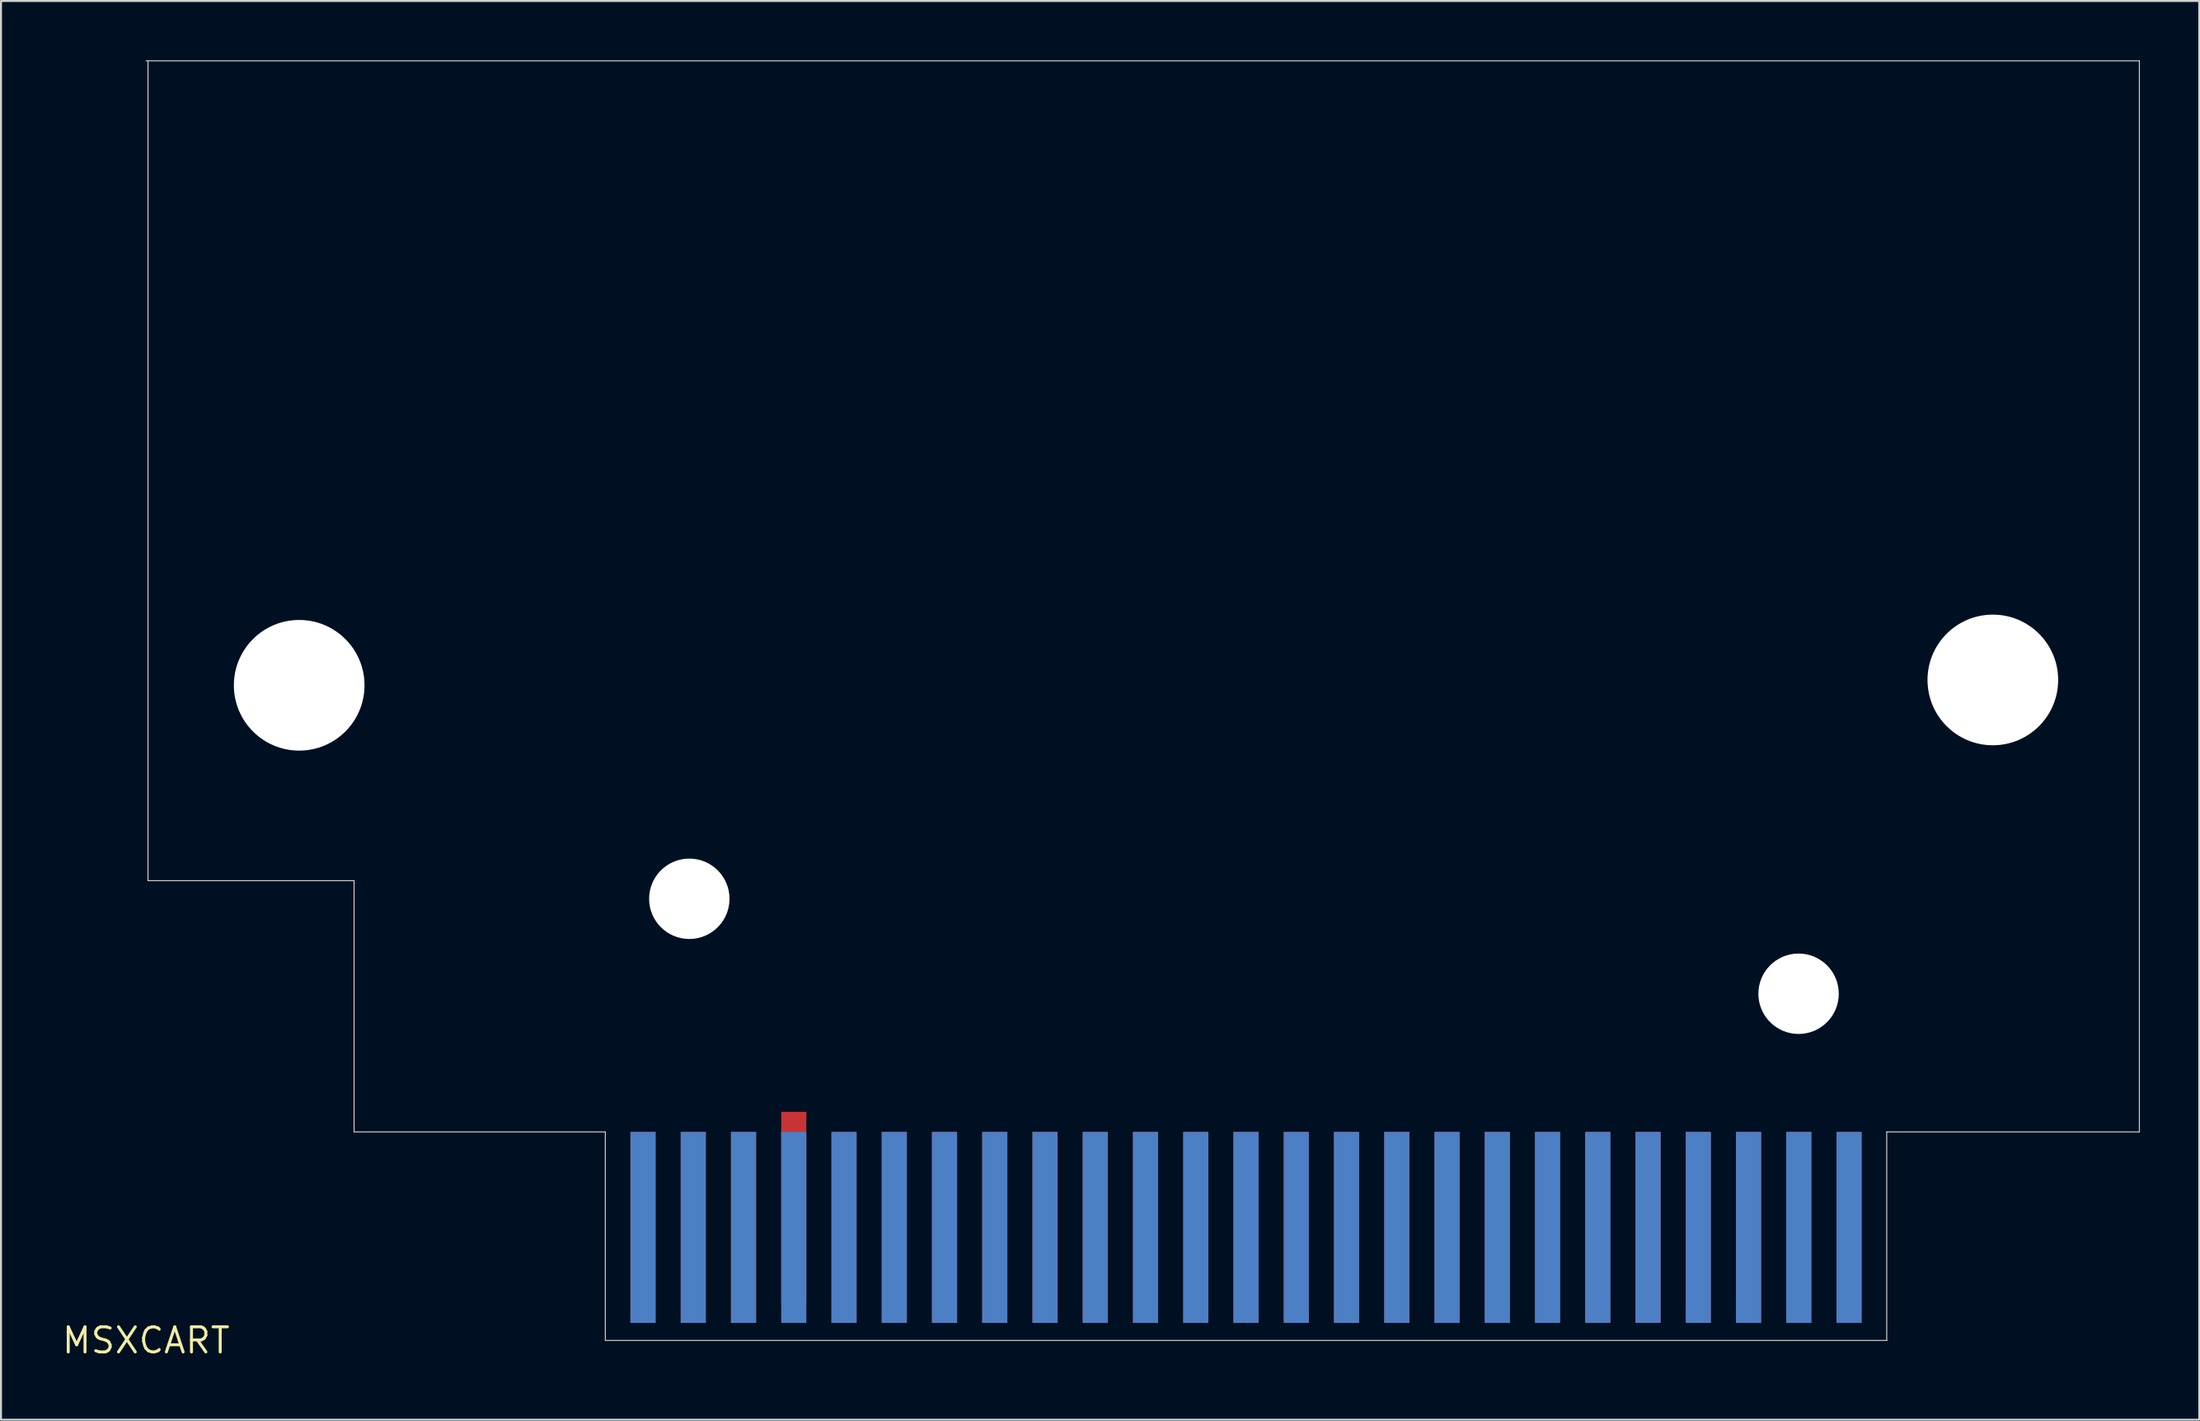
<source format=kicad_pcb>
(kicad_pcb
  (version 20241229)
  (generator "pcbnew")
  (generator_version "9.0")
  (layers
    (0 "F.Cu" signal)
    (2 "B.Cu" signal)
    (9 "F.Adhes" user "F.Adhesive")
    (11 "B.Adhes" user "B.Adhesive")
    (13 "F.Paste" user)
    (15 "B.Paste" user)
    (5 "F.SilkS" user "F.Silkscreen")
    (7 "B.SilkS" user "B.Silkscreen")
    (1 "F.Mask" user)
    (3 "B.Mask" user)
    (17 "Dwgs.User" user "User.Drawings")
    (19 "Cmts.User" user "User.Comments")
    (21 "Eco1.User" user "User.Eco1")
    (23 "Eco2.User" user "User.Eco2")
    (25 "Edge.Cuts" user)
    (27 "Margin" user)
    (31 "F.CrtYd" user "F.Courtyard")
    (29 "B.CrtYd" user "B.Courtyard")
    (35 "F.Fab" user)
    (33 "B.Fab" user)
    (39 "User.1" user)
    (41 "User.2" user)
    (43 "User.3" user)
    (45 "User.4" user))
  (footprint "MSXCART"
    (layer "F.Cu")
    (at 4.331 64.708)
    (property "Reference" "MSXCART" (at 0 0 0) (layer "F.SilkS") (effects (font (size 1.27 1.27) (thickness 0.15))))
    (fp_line (start 0 -64.683) (end 100.756 -64.683) (stroke (width 0.05) (type solid)) (layer "Edge.Cuts"))
    (fp_line (start 0.1 -23.241) (end 0.1 -64.683) (stroke (width 0.05) (type solid)) (layer "Edge.Cuts"))
    (fp_line (start 10.516 -23.241) (end 0.1 -23.241) (stroke (width 0.05) (type solid)) (layer "Edge.Cuts"))
    (fp_line (start 10.516 -23.241) (end 10.516 -10.541) (stroke (width 0.05) (type solid)) (layer "Edge.Cuts"))
    (fp_line (start 10.516 -10.541) (end 23.216 -10.541) (stroke (width 0.05) (type solid)) (layer "Edge.Cuts"))
    (fp_line (start 23.216 -10.541) (end 23.216 0) (stroke (width 0.05) (type solid)) (layer "Edge.Cuts"))
    (fp_line (start 23.216 0) (end 87.986 0) (stroke (width 0.05) (type solid)) (layer "Edge.Cuts"))
    (fp_line (start 87.986 0) (end 87.986 -10.541) (stroke (width 0.05) (type solid)) (layer "Edge.Cuts"))
    (fp_line (start 100.756 -10.541) (end 87.986 -10.541) (stroke (width 0.05) (type solid)) (layer "Edge.Cuts"))
    (fp_line (start 100.756 -10.541) (end 100.756 -64.683) (stroke (width 0.05) (type solid)) (layer "Edge.Cuts"))
    (pad "" np_thru_hole circle (at 7.742 -33.118) (size 6.604 6.604) (drill 6.604) (layers "*.Cu" "*.Mask"))
    (pad "" np_thru_hole circle (at 27.461 -22.326) (size 4.064 4.064) (drill 4.064) (layers "*.Cu" "*.Mask"))
    (pad "" np_thru_hole circle (at 83.53 -17.526) (size 4.064 4.064) (drill 4.064) (layers "*.Cu" "*.Mask"))
    (pad "" np_thru_hole circle (at 93.349 -33.388) (size 6.604 6.604) (drill 6.604) (layers "*.Cu" "*.Mask"))
    (pad "1" smd rect (at 86.081 -5.715) (size 1.27 9.652) (layers "B.Cu" "B.Mask"))
    (pad "2" smd rect (at 86.081 -5.715) (size 1.27 9.652) (layers "F.Cu" "F.Mask"))
    (pad "3" smd rect (at 83.541 -5.715) (size 1.27 9.652) (layers "B.Cu" "B.Mask"))
    (pad "4" smd rect (at 83.541 -5.715) (size 1.27 9.652) (layers "F.Cu" "F.Mask"))
    (pad "5" smd rect (at 81.001 -5.715) (size 1.27 9.652) (layers "B.Cu" "B.Mask"))
    (pad "6" smd rect (at 81.001 -5.715) (size 1.27 9.652) (layers "F.Cu" "F.Mask"))
    (pad "7" smd rect (at 78.461 -5.715) (size 1.27 9.652) (layers "B.Cu" "B.Mask"))
    (pad "8" smd rect (at 78.461 -5.715) (size 1.27 9.652) (layers "F.Cu" "F.Mask"))
    (pad "9" smd rect (at 75.921 -5.715) (size 1.27 9.652) (layers "B.Cu" "B.Mask"))
    (pad "10" smd rect (at 75.921 -5.715) (size 1.27 9.652) (layers "F.Cu" "F.Mask"))
    (pad "11" smd rect (at 73.381 -5.715) (size 1.27 9.652) (layers "B.Cu" "B.Mask"))
    (pad "12" smd rect (at 73.381 -5.715) (size 1.27 9.652) (layers "F.Cu" "F.Mask"))
    (pad "13" smd rect (at 70.841 -5.715) (size 1.27 9.652) (layers "B.Cu" "B.Mask"))
    (pad "14" smd rect (at 70.841 -5.715) (size 1.27 9.652) (layers "F.Cu" "F.Mask"))
    (pad "15" smd rect (at 68.301 -5.715) (size 1.27 9.652) (layers "B.Cu" "B.Mask"))
    (pad "16" smd rect (at 68.301 -5.715) (size 1.27 9.652) (layers "F.Cu" "F.Mask"))
    (pad "17" smd rect (at 65.761 -5.715) (size 1.27 9.652) (layers "B.Cu" "B.Mask"))
    (pad "18" smd rect (at 65.761 -5.715) (size 1.27 9.652) (layers "F.Cu" "F.Mask"))
    (pad "19" smd rect (at 63.221 -5.715) (size 1.27 9.652) (layers "B.Cu" "B.Mask"))
    (pad "20" smd rect (at 63.221 -5.715) (size 1.27 9.652) (layers "F.Cu" "F.Mask"))
    (pad "21" smd rect (at 60.681 -5.715) (size 1.27 9.652) (layers "B.Cu" "B.Mask"))
    (pad "22" smd rect (at 60.681 -5.715) (size 1.27 9.652) (layers "F.Cu" "F.Mask"))
    (pad "23" smd rect (at 58.141 -5.715) (size 1.27 9.652) (layers "B.Cu" "B.Mask"))
    (pad "24" smd rect (at 58.141 -5.715) (size 1.27 9.652) (layers "F.Cu" "F.Mask"))
    (pad "25" smd rect (at 55.601 -5.715) (size 1.27 9.652) (layers "B.Cu" "B.Mask"))
    (pad "26" smd rect (at 55.601 -5.715) (size 1.27 9.652) (layers "F.Cu" "F.Mask"))
    (pad "27" smd rect (at 53.061 -5.715) (size 1.27 9.652) (layers "B.Cu" "B.Mask"))
    (pad "28" smd rect (at 53.061 -5.715) (size 1.27 9.652) (layers "F.Cu" "F.Mask"))
    (pad "29" smd rect (at 50.521 -5.715) (size 1.27 9.652) (layers "B.Cu" "B.Mask"))
    (pad "30" smd rect (at 50.521 -5.715) (size 1.27 9.652) (layers "F.Cu" "F.Mask"))
    (pad "31" smd rect (at 47.981 -5.715) (size 1.27 9.652) (layers "B.Cu" "B.Mask"))
    (pad "32" smd rect (at 47.981 -5.715) (size 1.27 9.652) (layers "F.Cu" "F.Mask"))
    (pad "33" smd rect (at 45.441 -5.715) (size 1.27 9.652) (layers "B.Cu" "B.Mask"))
    (pad "34" smd rect (at 45.441 -5.715) (size 1.27 9.652) (layers "F.Cu" "F.Mask"))
    (pad "35" smd rect (at 42.901 -5.715) (size 1.27 9.652) (layers "B.Cu" "B.Mask"))
    (pad "36" smd rect (at 42.901 -5.715) (size 1.27 9.652) (layers "F.Cu" "F.Mask"))
    (pad "37" smd rect (at 40.361 -5.715) (size 1.27 9.652) (layers "B.Cu" "B.Mask"))
    (pad "38" smd rect (at 40.361 -5.715) (size 1.27 9.652) (layers "F.Cu" "F.Mask"))
    (pad "39" smd rect (at 37.821 -5.715) (size 1.27 9.652) (layers "B.Cu" "B.Mask"))
    (pad "40" smd rect (at 37.821 -5.715) (size 1.27 9.652) (layers "F.Cu" "F.Mask"))
    (pad "41" smd rect (at 35.281 -5.715) (size 1.27 9.652) (layers "B.Cu" "B.Mask"))
    (pad "42" smd rect (at 35.281 -5.715) (size 1.27 9.652) (layers "F.Cu" "F.Mask"))
    (pad "43" smd rect (at 32.741 -5.715) (size 1.27 9.652) (layers "B.Cu" "B.Mask"))
    (pad "44" smd rect (at 32.741 -6.731) (size 1.27 9.652) (layers "F.Cu" "F.Mask"))
    (pad "45" smd rect (at 30.201 -5.715) (size 1.27 9.652) (layers "B.Cu" "B.Mask"))
    (pad "46" smd rect (at 30.201 -5.715) (size 1.27 9.652) (layers "F.Cu" "F.Mask"))
    (pad "47" smd rect (at 27.661 -5.715) (size 1.27 9.652) (layers "B.Cu" "B.Mask"))
    (pad "48" smd rect (at 27.661 -5.715) (size 1.27 9.652) (layers "F.Cu" "F.Mask"))
    (pad "49" smd rect (at 25.121 -5.715) (size 1.27 9.652) (layers "B.Cu" "B.Mask"))
    (pad "50" smd rect (at 25.121 -5.715) (size 1.27 9.652) (layers "F.Cu" "F.Mask"))
    (zone (net_name "") (layer "F.Cu") (hatch edge 0.508) (connect_pads) (min_thickness 0.254) (filled_areas_thickness no) (keepout (tracks not_allowed) (vias not_allowed) (pads not_allowed) (copperpour not_allowed) (footprints allowed)) (placement (enabled no)) (fill) (polygon (pts (xy 27.547 64.327) (xy 28.817 64.327) (xy 28.817 54.167) (xy 27.547 54.167))))
    (zone (net_name "") (layer "F.Cu") (hatch edge 0.508) (connect_pads) (min_thickness 0.254) (filled_areas_thickness no) (keepout (tracks not_allowed) (vias not_allowed) (pads not_allowed) (copperpour not_allowed) (footprints allowed)) (placement (enabled no)) (fill) (polygon (pts (xy 30.087 64.327) (xy 31.357 64.327) (xy 31.357 54.167) (xy 30.087 54.167))))
    (zone (net_name "") (layer "F.Cu") (hatch edge 0.508) (connect_pads) (min_thickness 0.254) (filled_areas_thickness no) (keepout (tracks not_allowed) (vias not_allowed) (pads not_allowed) (copperpour not_allowed) (footprints allowed)) (placement (enabled no)) (fill) (polygon (pts (xy 32.627 64.327) (xy 33.897 64.327) (xy 33.897 54.167) (xy 32.627 54.167))))
    (zone (net_name "") (layer "F.Cu") (hatch edge 0.508) (connect_pads) (min_thickness 0.254) (filled_areas_thickness no) (keepout (tracks not_allowed) (vias not_allowed) (pads not_allowed) (copperpour not_allowed) (footprints allowed)) (placement (enabled no)) (fill) (polygon (pts (xy 35.167 64.327) (xy 36.437 64.327) (xy 36.437 54.167) (xy 35.167 54.167))))
    (zone (net_name "") (layer "F.Cu") (hatch edge 0.508) (connect_pads) (min_thickness 0.254) (filled_areas_thickness no) (keepout (tracks not_allowed) (vias not_allowed) (pads not_allowed) (copperpour not_allowed) (footprints allowed)) (placement (enabled no)) (fill) (polygon (pts (xy 37.707 64.327) (xy 38.977 64.327) (xy 38.977 54.167) (xy 37.707 54.167))))
    (zone (net_name "") (layer "F.Cu") (hatch edge 0.508) (connect_pads) (min_thickness 0.254) (filled_areas_thickness no) (keepout (tracks not_allowed) (vias not_allowed) (pads not_allowed) (copperpour not_allowed) (footprints allowed)) (placement (enabled no)) (fill) (polygon (pts (xy 40.247 64.327) (xy 41.517 64.327) (xy 41.517 54.167) (xy 40.247 54.167))))
    (zone (net_name "") (layer "F.Cu") (hatch edge 0.508) (connect_pads) (min_thickness 0.254) (filled_areas_thickness no) (keepout (tracks not_allowed) (vias not_allowed) (pads not_allowed) (copperpour not_allowed) (footprints allowed)) (placement (enabled no)) (fill) (polygon (pts (xy 42.787 64.327) (xy 44.057 64.327) (xy 44.057 54.167) (xy 42.787 54.167))))
    (zone (net_name "") (layer "F.Cu") (hatch edge 0.508) (connect_pads) (min_thickness 0.254) (filled_areas_thickness no) (keepout (tracks not_allowed) (vias not_allowed) (pads not_allowed) (copperpour not_allowed) (footprints allowed)) (placement (enabled no)) (fill) (polygon (pts (xy 45.327 64.327) (xy 46.597 64.327) (xy 46.597 54.167) (xy 45.327 54.167))))
    (zone (net_name "") (layer "F.Cu") (hatch edge 0.508) (connect_pads) (min_thickness 0.254) (filled_areas_thickness no) (keepout (tracks not_allowed) (vias not_allowed) (pads not_allowed) (copperpour not_allowed) (footprints allowed)) (placement (enabled no)) (fill) (polygon (pts (xy 47.867 64.327) (xy 49.137 64.327) (xy 49.137 54.167) (xy 47.867 54.167))))
    (zone (net_name "") (layer "F.Cu") (hatch edge 0.508) (connect_pads) (min_thickness 0.254) (filled_areas_thickness no) (keepout (tracks not_allowed) (vias not_allowed) (pads not_allowed) (copperpour not_allowed) (footprints allowed)) (placement (enabled no)) (fill) (polygon (pts (xy 50.407 64.327) (xy 51.677 64.327) (xy 51.677 54.167) (xy 50.407 54.167))))
    (zone (net_name "") (layer "F.Cu") (hatch edge 0.508) (connect_pads) (min_thickness 0.254) (filled_areas_thickness no) (keepout (tracks not_allowed) (vias not_allowed) (pads not_allowed) (copperpour not_allowed) (footprints allowed)) (placement (enabled no)) (fill) (polygon (pts (xy 52.947 64.327) (xy 54.217 64.327) (xy 54.217 54.167) (xy 52.947 54.167))))
    (zone (net_name "") (layer "F.Cu") (hatch edge 0.508) (connect_pads) (min_thickness 0.254) (filled_areas_thickness no) (keepout (tracks not_allowed) (vias not_allowed) (pads not_allowed) (copperpour not_allowed) (footprints allowed)) (placement (enabled no)) (fill) (polygon (pts (xy 55.487 64.327) (xy 56.757 64.327) (xy 56.757 54.167) (xy 55.487 54.167))))
    (zone (net_name "") (layer "F.Cu") (hatch edge 0.508) (connect_pads) (min_thickness 0.254) (filled_areas_thickness no) (keepout (tracks not_allowed) (vias not_allowed) (pads not_allowed) (copperpour not_allowed) (footprints allowed)) (placement (enabled no)) (fill) (polygon (pts (xy 58.027 64.327) (xy 59.297 64.327) (xy 59.297 54.167) (xy 58.027 54.167))))
    (zone (net_name "") (layer "F.Cu") (hatch edge 0.508) (connect_pads) (min_thickness 0.254) (filled_areas_thickness no) (keepout (tracks not_allowed) (vias not_allowed) (pads not_allowed) (copperpour not_allowed) (footprints allowed)) (placement (enabled no)) (fill) (polygon (pts (xy 60.567 64.327) (xy 61.837 64.327) (xy 61.837 54.167) (xy 60.567 54.167))))
    (zone (net_name "") (layer "F.Cu") (hatch edge 0.508) (connect_pads) (min_thickness 0.254) (filled_areas_thickness no) (keepout (tracks not_allowed) (vias not_allowed) (pads not_allowed) (copperpour not_allowed) (footprints allowed)) (placement (enabled no)) (fill) (polygon (pts (xy 63.107 64.327) (xy 64.377 64.327) (xy 64.377 54.167) (xy 63.107 54.167))))
    (zone (net_name "") (layer "F.Cu") (hatch edge 0.508) (connect_pads) (min_thickness 0.254) (filled_areas_thickness no) (keepout (tracks not_allowed) (vias not_allowed) (pads not_allowed) (copperpour not_allowed) (footprints allowed)) (placement (enabled no)) (fill) (polygon (pts (xy 65.647 64.327) (xy 66.917 64.327) (xy 66.917 54.167) (xy 65.647 54.167))))
    (zone (net_name "") (layer "F.Cu") (hatch edge 0.508) (connect_pads) (min_thickness 0.254) (filled_areas_thickness no) (keepout (tracks not_allowed) (vias not_allowed) (pads not_allowed) (copperpour not_allowed) (footprints allowed)) (placement (enabled no)) (fill) (polygon (pts (xy 68.187 64.327) (xy 69.457 64.327) (xy 69.457 54.167) (xy 68.187 54.167))))
    (zone (net_name "") (layer "F.Cu") (hatch edge 0.508) (connect_pads) (min_thickness 0.254) (filled_areas_thickness no) (keepout (tracks not_allowed) (vias not_allowed) (pads not_allowed) (copperpour not_allowed) (footprints allowed)) (placement (enabled no)) (fill) (polygon (pts (xy 70.727 64.327) (xy 71.997 64.327) (xy 71.997 54.167) (xy 70.727 54.167))))
    (zone (net_name "") (layer "F.Cu") (hatch edge 0.508) (connect_pads) (min_thickness 0.254) (filled_areas_thickness no) (keepout (tracks not_allowed) (vias not_allowed) (pads not_allowed) (copperpour not_allowed) (footprints allowed)) (placement (enabled no)) (fill) (polygon (pts (xy 73.267 64.327) (xy 74.537 64.327) (xy 74.537 54.167) (xy 73.267 54.167))))
    (zone (net_name "") (layer "F.Cu") (hatch edge 0.508) (connect_pads) (min_thickness 0.254) (filled_areas_thickness no) (keepout (tracks not_allowed) (vias not_allowed) (pads not_allowed) (copperpour not_allowed) (footprints allowed)) (placement (enabled no)) (fill) (polygon (pts (xy 75.807 64.327) (xy 77.077 64.327) (xy 77.077 54.167) (xy 75.807 54.167))))
    (zone (net_name "") (layer "F.Cu") (hatch edge 0.508) (connect_pads) (min_thickness 0.254) (filled_areas_thickness no) (keepout (tracks not_allowed) (vias not_allowed) (pads not_allowed) (copperpour not_allowed) (footprints allowed)) (placement (enabled no)) (fill) (polygon (pts (xy 78.347 64.327) (xy 79.617 64.327) (xy 79.617 54.167) (xy 78.347 54.167))))
    (zone (net_name "") (layer "F.Cu") (hatch edge 0.508) (connect_pads) (min_thickness 0.254) (filled_areas_thickness no) (keepout (tracks not_allowed) (vias not_allowed) (pads not_allowed) (copperpour not_allowed) (footprints allowed)) (placement (enabled no)) (fill) (polygon (pts (xy 80.887 64.327) (xy 82.157 64.327) (xy 82.157 54.167) (xy 80.887 54.167))))
    (zone (net_name "") (layer "F.Cu") (hatch edge 0.508) (connect_pads) (min_thickness 0.254) (filled_areas_thickness no) (keepout (tracks not_allowed) (vias not_allowed) (pads not_allowed) (copperpour not_allowed) (footprints allowed)) (placement (enabled no)) (fill) (polygon (pts (xy 83.427 64.327) (xy 84.697 64.327) (xy 84.697 54.167) (xy 83.427 54.167))))
    (zone (net_name "") (layer "F.Cu") (hatch edge 0.508) (connect_pads) (min_thickness 0.254) (filled_areas_thickness no) (keepout (tracks not_allowed) (vias not_allowed) (pads not_allowed) (copperpour not_allowed) (footprints allowed)) (placement (enabled no)) (fill) (polygon (pts (xy 85.967 64.327) (xy 87.237 64.327) (xy 87.237 54.167) (xy 85.967 54.167))))
    (zone (net_name "") (layer "F.Cu") (hatch edge 0.508) (connect_pads) (min_thickness 0.254) (filled_areas_thickness no) (keepout (tracks not_allowed) (vias not_allowed) (pads not_allowed) (copperpour not_allowed) (footprints allowed)) (placement (enabled no)) (fill) (polygon (pts (xy 88.507 64.327) (xy 89.777 64.327) (xy 89.777 54.167) (xy 88.507 54.167))))
    (zone (net_name "") (layer "F.Cu") (hatch edge 0.508) (connect_pads) (min_thickness 0.254) (filled_areas_thickness no) (keepout (tracks not_allowed) (vias not_allowed) (pads not_allowed) (copperpour not_allowed) (footprints allowed)) (placement (enabled no)) (fill) (polygon (pts (xy 91.047 64.327) (xy 92.317 64.327) (xy 92.317 54.167) (xy 91.047 54.167))))
    (zone (net_name "") (layer "B.Cu") (hatch edge 0.508) (connect_pads) (min_thickness 0.254) (filled_areas_thickness no) (keepout (tracks not_allowed) (vias not_allowed) (pads not_allowed) (copperpour not_allowed) (footprints allowed)) (placement (enabled no)) (fill) (polygon (pts (xy 27.547 64.327) (xy 28.817 64.327) (xy 28.817 54.167) (xy 27.547 54.167))))
    (zone (net_name "") (layer "B.Cu") (hatch edge 0.508) (connect_pads) (min_thickness 0.254) (filled_areas_thickness no) (keepout (tracks not_allowed) (vias not_allowed) (pads not_allowed) (copperpour not_allowed) (footprints allowed)) (placement (enabled no)) (fill) (polygon (pts (xy 30.087 64.327) (xy 31.357 64.327) (xy 31.357 54.167) (xy 30.087 54.167))))
    (zone (net_name "") (layer "B.Cu") (hatch edge 0.508) (connect_pads) (min_thickness 0.254) (filled_areas_thickness no) (keepout (tracks not_allowed) (vias not_allowed) (pads not_allowed) (copperpour not_allowed) (footprints allowed)) (placement (enabled no)) (fill) (polygon (pts (xy 32.627 64.327) (xy 33.897 64.327) (xy 33.897 54.167) (xy 32.627 54.167))))
    (zone (net_name "") (layer "B.Cu") (hatch edge 0.508) (connect_pads) (min_thickness 0.254) (filled_areas_thickness no) (keepout (tracks not_allowed) (vias not_allowed) (pads not_allowed) (copperpour not_allowed) (footprints allowed)) (placement (enabled no)) (fill) (polygon (pts (xy 35.167 64.327) (xy 36.437 64.327) (xy 36.437 54.167) (xy 35.167 54.167))))
    (zone (net_name "") (layer "B.Cu") (hatch edge 0.508) (connect_pads) (min_thickness 0.254) (filled_areas_thickness no) (keepout (tracks not_allowed) (vias not_allowed) (pads not_allowed) (copperpour not_allowed) (footprints allowed)) (placement (enabled no)) (fill) (polygon (pts (xy 37.707 64.327) (xy 38.977 64.327) (xy 38.977 54.167) (xy 37.707 54.167))))
    (zone (net_name "") (layer "B.Cu") (hatch edge 0.508) (connect_pads) (min_thickness 0.254) (filled_areas_thickness no) (keepout (tracks not_allowed) (vias not_allowed) (pads not_allowed) (copperpour not_allowed) (footprints allowed)) (placement (enabled no)) (fill) (polygon (pts (xy 40.247 64.327) (xy 41.517 64.327) (xy 41.517 54.167) (xy 40.247 54.167))))
    (zone (net_name "") (layer "B.Cu") (hatch edge 0.508) (connect_pads) (min_thickness 0.254) (filled_areas_thickness no) (keepout (tracks not_allowed) (vias not_allowed) (pads not_allowed) (copperpour not_allowed) (footprints allowed)) (placement (enabled no)) (fill) (polygon (pts (xy 42.787 64.327) (xy 44.057 64.327) (xy 44.057 54.167) (xy 42.787 54.167))))
    (zone (net_name "") (layer "B.Cu") (hatch edge 0.508) (connect_pads) (min_thickness 0.254) (filled_areas_thickness no) (keepout (tracks not_allowed) (vias not_allowed) (pads not_allowed) (copperpour not_allowed) (footprints allowed)) (placement (enabled no)) (fill) (polygon (pts (xy 45.327 64.327) (xy 46.597 64.327) (xy 46.597 54.167) (xy 45.327 54.167))))
    (zone (net_name "") (layer "B.Cu") (hatch edge 0.508) (connect_pads) (min_thickness 0.254) (filled_areas_thickness no) (keepout (tracks not_allowed) (vias not_allowed) (pads not_allowed) (copperpour not_allowed) (footprints allowed)) (placement (enabled no)) (fill) (polygon (pts (xy 47.867 64.327) (xy 49.137 64.327) (xy 49.137 54.167) (xy 47.867 54.167))))
    (zone (net_name "") (layer "B.Cu") (hatch edge 0.508) (connect_pads) (min_thickness 0.254) (filled_areas_thickness no) (keepout (tracks not_allowed) (vias not_allowed) (pads not_allowed) (copperpour not_allowed) (footprints allowed)) (placement (enabled no)) (fill) (polygon (pts (xy 50.407 64.327) (xy 51.677 64.327) (xy 51.677 54.167) (xy 50.407 54.167))))
    (zone (net_name "") (layer "B.Cu") (hatch edge 0.508) (connect_pads) (min_thickness 0.254) (filled_areas_thickness no) (keepout (tracks not_allowed) (vias not_allowed) (pads not_allowed) (copperpour not_allowed) (footprints allowed)) (placement (enabled no)) (fill) (polygon (pts (xy 52.947 64.327) (xy 54.217 64.327) (xy 54.217 54.167) (xy 52.947 54.167))))
    (zone (net_name "") (layer "B.Cu") (hatch edge 0.508) (connect_pads) (min_thickness 0.254) (filled_areas_thickness no) (keepout (tracks not_allowed) (vias not_allowed) (pads not_allowed) (copperpour not_allowed) (footprints allowed)) (placement (enabled no)) (fill) (polygon (pts (xy 55.487 64.327) (xy 56.757 64.327) (xy 56.757 54.167) (xy 55.487 54.167))))
    (zone (net_name "") (layer "B.Cu") (hatch edge 0.508) (connect_pads) (min_thickness 0.254) (filled_areas_thickness no) (keepout (tracks not_allowed) (vias not_allowed) (pads not_allowed) (copperpour not_allowed) (footprints allowed)) (placement (enabled no)) (fill) (polygon (pts (xy 58.027 64.327) (xy 59.297 64.327) (xy 59.297 54.167) (xy 58.027 54.167))))
    (zone (net_name "") (layer "B.Cu") (hatch edge 0.508) (connect_pads) (min_thickness 0.254) (filled_areas_thickness no) (keepout (tracks not_allowed) (vias not_allowed) (pads not_allowed) (copperpour not_allowed) (footprints allowed)) (placement (enabled no)) (fill) (polygon (pts (xy 60.567 64.327) (xy 61.837 64.327) (xy 61.837 54.167) (xy 60.567 54.167))))
    (zone (net_name "") (layer "B.Cu") (hatch edge 0.508) (connect_pads) (min_thickness 0.254) (filled_areas_thickness no) (keepout (tracks not_allowed) (vias not_allowed) (pads not_allowed) (copperpour not_allowed) (footprints allowed)) (placement (enabled no)) (fill) (polygon (pts (xy 63.107 64.327) (xy 64.377 64.327) (xy 64.377 54.167) (xy 63.107 54.167))))
    (zone (net_name "") (layer "B.Cu") (hatch edge 0.508) (connect_pads) (min_thickness 0.254) (filled_areas_thickness no) (keepout (tracks not_allowed) (vias not_allowed) (pads not_allowed) (copperpour not_allowed) (footprints allowed)) (placement (enabled no)) (fill) (polygon (pts (xy 65.647 64.327) (xy 66.917 64.327) (xy 66.917 54.167) (xy 65.647 54.167))))
    (zone (net_name "") (layer "B.Cu") (hatch edge 0.508) (connect_pads) (min_thickness 0.254) (filled_areas_thickness no) (keepout (tracks not_allowed) (vias not_allowed) (pads not_allowed) (copperpour not_allowed) (footprints allowed)) (placement (enabled no)) (fill) (polygon (pts (xy 68.187 64.327) (xy 69.457 64.327) (xy 69.457 54.167) (xy 68.187 54.167))))
    (zone (net_name "") (layer "B.Cu") (hatch edge 0.508) (connect_pads) (min_thickness 0.254) (filled_areas_thickness no) (keepout (tracks not_allowed) (vias not_allowed) (pads not_allowed) (copperpour not_allowed) (footprints allowed)) (placement (enabled no)) (fill) (polygon (pts (xy 70.727 64.327) (xy 71.997 64.327) (xy 71.997 54.167) (xy 70.727 54.167))))
    (zone (net_name "") (layer "B.Cu") (hatch edge 0.508) (connect_pads) (min_thickness 0.254) (filled_areas_thickness no) (keepout (tracks not_allowed) (vias not_allowed) (pads not_allowed) (copperpour not_allowed) (footprints allowed)) (placement (enabled no)) (fill) (polygon (pts (xy 73.267 64.327) (xy 74.537 64.327) (xy 74.537 54.167) (xy 73.267 54.167))))
    (zone (net_name "") (layer "B.Cu") (hatch edge 0.508) (connect_pads) (min_thickness 0.254) (filled_areas_thickness no) (keepout (tracks not_allowed) (vias not_allowed) (pads not_allowed) (copperpour not_allowed) (footprints allowed)) (placement (enabled no)) (fill) (polygon (pts (xy 75.807 64.327) (xy 77.077 64.327) (xy 77.077 54.167) (xy 75.807 54.167))))
    (zone (net_name "") (layer "B.Cu") (hatch edge 0.508) (connect_pads) (min_thickness 0.254) (filled_areas_thickness no) (keepout (tracks not_allowed) (vias not_allowed) (pads not_allowed) (copperpour not_allowed) (footprints allowed)) (placement (enabled no)) (fill) (polygon (pts (xy 78.347 64.327) (xy 79.617 64.327) (xy 79.617 54.167) (xy 78.347 54.167))))
    (zone (net_name "") (layer "B.Cu") (hatch edge 0.508) (connect_pads) (min_thickness 0.254) (filled_areas_thickness no) (keepout (tracks not_allowed) (vias not_allowed) (pads not_allowed) (copperpour not_allowed) (footprints allowed)) (placement (enabled no)) (fill) (polygon (pts (xy 80.887 64.327) (xy 82.157 64.327) (xy 82.157 54.167) (xy 80.887 54.167))))
    (zone (net_name "") (layer "B.Cu") (hatch edge 0.508) (connect_pads) (min_thickness 0.254) (filled_areas_thickness no) (keepout (tracks not_allowed) (vias not_allowed) (pads not_allowed) (copperpour not_allowed) (footprints allowed)) (placement (enabled no)) (fill) (polygon (pts (xy 83.427 64.327) (xy 84.697 64.327) (xy 84.697 54.167) (xy 83.427 54.167))))
    (zone (net_name "") (layer "B.Cu") (hatch edge 0.508) (connect_pads) (min_thickness 0.254) (filled_areas_thickness no) (keepout (tracks not_allowed) (vias not_allowed) (pads not_allowed) (copperpour not_allowed) (footprints allowed)) (placement (enabled no)) (fill) (polygon (pts (xy 85.967 64.327) (xy 87.237 64.327) (xy 87.237 54.167) (xy 85.967 54.167))))
    (zone (net_name "") (layer "B.Cu") (hatch edge 0.508) (connect_pads) (min_thickness 0.254) (filled_areas_thickness no) (keepout (tracks not_allowed) (vias not_allowed) (pads not_allowed) (copperpour not_allowed) (footprints allowed)) (placement (enabled no)) (fill) (polygon (pts (xy 88.507 64.327) (xy 89.777 64.327) (xy 89.777 54.167) (xy 88.507 54.167))))
    (zone (net_name "") (layer "B.Cu") (hatch edge 0.508) (connect_pads) (min_thickness 0.254) (filled_areas_thickness no) (keepout (tracks not_allowed) (vias not_allowed) (pads not_allowed) (copperpour not_allowed) (footprints allowed)) (placement (enabled no)) (fill) (polygon (pts (xy 91.047 64.327) (xy 92.317 64.327) (xy 92.317 54.167) (xy 91.047 54.167)))))
  (gr_rect
    (start -3 -3)
    (end 108.112 68.714)
    (stroke (width 0.1) (type default))
    (fill no)
    (layer "Edge.Cuts")))
</source>
